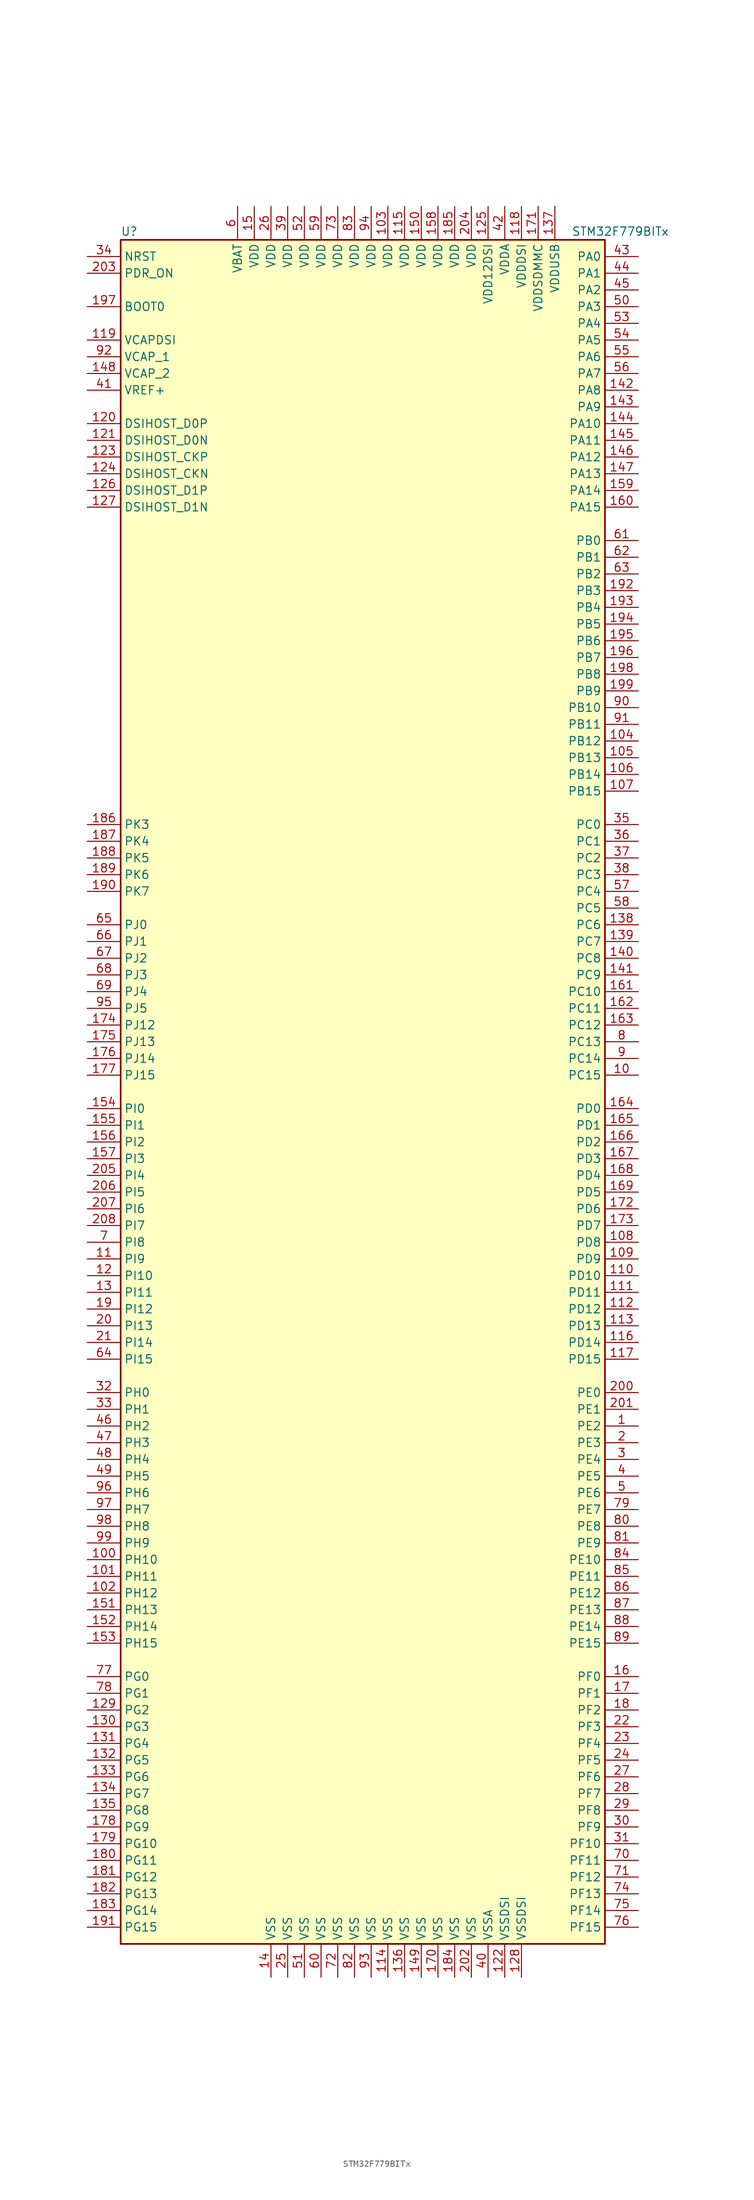
<source format=kicad_sym>
(kicad_symbol_lib
  (version 20201005)
  (generator kicad_symbol_editor)
  (symbol "STM32F779BITx"
    (property "Reference" "U"
      (at -38.1 130.81 0)
      (effects (font (size 1.27 1.27)) (justify left)))
    (property "Value" "STM32F779BITx"
      (at 30.48 130.81 0)
      (effects (font (size 1.27 1.27)) (justify left)))
    (symbol "STM32F779BITx_0_1"
      (rectangle (start -38.1 -129.54) (end 35.56 129.54) (stroke (width 0.254)) (fill (type background))))
    (symbol "STM32F779BITx_1_1"
      (pin input line (at -43.18 119.38 0) (length 5.08) (name "BOOT0" (effects (font (size 1.27 1.27)))) (number "197" (effects (font (size 1.27 1.27)))))
      (pin bidirectional line (at -43.18 93.98 0) (length 5.08) (name "DSIHOST_CKN" (effects (font (size 1.27 1.27)))) (number "124" (effects (font (size 1.27 1.27)))))
      (pin bidirectional line (at -43.18 96.52 0) (length 5.08) (name "DSIHOST_CKP" (effects (font (size 1.27 1.27)))) (number "123" (effects (font (size 1.27 1.27)))))
      (pin bidirectional line (at -43.18 99.06 0) (length 5.08) (name "DSIHOST_D0N" (effects (font (size 1.27 1.27)))) (number "121" (effects (font (size 1.27 1.27)))))
      (pin bidirectional line (at -43.18 101.6 0) (length 5.08) (name "DSIHOST_D0P" (effects (font (size 1.27 1.27)))) (number "120" (effects (font (size 1.27 1.27)))))
      (pin bidirectional line (at -43.18 88.9 0) (length 5.08) (name "DSIHOST_D1N" (effects (font (size 1.27 1.27)))) (number "127" (effects (font (size 1.27 1.27)))))
      (pin bidirectional line (at -43.18 91.44 0) (length 5.08) (name "DSIHOST_D1P" (effects (font (size 1.27 1.27)))) (number "126" (effects (font (size 1.27 1.27)))))
      (pin input line (at -43.18 127 0) (length 5.08) (name "NRST" (effects (font (size 1.27 1.27)))) (number "34" (effects (font (size 1.27 1.27)))))
      (pin bidirectional line (at 40.64 127 180) (length 5.08) (name "PA0" (effects (font (size 1.27 1.27)))) (number "43" (effects (font (size 1.27 1.27)))))
      (pin bidirectional line (at 40.64 124.46 180) (length 5.08) (name "PA1" (effects (font (size 1.27 1.27)))) (number "44" (effects (font (size 1.27 1.27)))))
      (pin bidirectional line (at 40.64 101.6 180) (length 5.08) (name "PA10" (effects (font (size 1.27 1.27)))) (number "144" (effects (font (size 1.27 1.27)))))
      (pin bidirectional line (at 40.64 99.06 180) (length 5.08) (name "PA11" (effects (font (size 1.27 1.27)))) (number "145" (effects (font (size 1.27 1.27)))))
      (pin bidirectional line (at 40.64 96.52 180) (length 5.08) (name "PA12" (effects (font (size 1.27 1.27)))) (number "146" (effects (font (size 1.27 1.27)))))
      (pin bidirectional line (at 40.64 93.98 180) (length 5.08) (name "PA13" (effects (font (size 1.27 1.27)))) (number "147" (effects (font (size 1.27 1.27)))))
      (pin bidirectional line (at 40.64 91.44 180) (length 5.08) (name "PA14" (effects (font (size 1.27 1.27)))) (number "159" (effects (font (size 1.27 1.27)))))
      (pin bidirectional line (at 40.64 88.9 180) (length 5.08) (name "PA15" (effects (font (size 1.27 1.27)))) (number "160" (effects (font (size 1.27 1.27)))))
      (pin bidirectional line (at 40.64 121.92 180) (length 5.08) (name "PA2" (effects (font (size 1.27 1.27)))) (number "45" (effects (font (size 1.27 1.27)))))
      (pin bidirectional line (at 40.64 119.38 180) (length 5.08) (name "PA3" (effects (font (size 1.27 1.27)))) (number "50" (effects (font (size 1.27 1.27)))))
      (pin bidirectional line (at 40.64 116.84 180) (length 5.08) (name "PA4" (effects (font (size 1.27 1.27)))) (number "53" (effects (font (size 1.27 1.27)))))
      (pin bidirectional line (at 40.64 114.3 180) (length 5.08) (name "PA5" (effects (font (size 1.27 1.27)))) (number "54" (effects (font (size 1.27 1.27)))))
      (pin bidirectional line (at 40.64 111.76 180) (length 5.08) (name "PA6" (effects (font (size 1.27 1.27)))) (number "55" (effects (font (size 1.27 1.27)))))
      (pin bidirectional line (at 40.64 109.22 180) (length 5.08) (name "PA7" (effects (font (size 1.27 1.27)))) (number "56" (effects (font (size 1.27 1.27)))))
      (pin bidirectional line (at 40.64 106.68 180) (length 5.08) (name "PA8" (effects (font (size 1.27 1.27)))) (number "142" (effects (font (size 1.27 1.27)))))
      (pin bidirectional line (at 40.64 104.14 180) (length 5.08) (name "PA9" (effects (font (size 1.27 1.27)))) (number "143" (effects (font (size 1.27 1.27)))))
      (pin bidirectional line (at 40.64 83.82 180) (length 5.08) (name "PB0" (effects (font (size 1.27 1.27)))) (number "61" (effects (font (size 1.27 1.27)))))
      (pin bidirectional line (at 40.64 81.28 180) (length 5.08) (name "PB1" (effects (font (size 1.27 1.27)))) (number "62" (effects (font (size 1.27 1.27)))))
      (pin bidirectional line (at 40.64 58.42 180) (length 5.08) (name "PB10" (effects (font (size 1.27 1.27)))) (number "90" (effects (font (size 1.27 1.27)))))
      (pin bidirectional line (at 40.64 55.88 180) (length 5.08) (name "PB11" (effects (font (size 1.27 1.27)))) (number "91" (effects (font (size 1.27 1.27)))))
      (pin bidirectional line (at 40.64 53.34 180) (length 5.08) (name "PB12" (effects (font (size 1.27 1.27)))) (number "104" (effects (font (size 1.27 1.27)))))
      (pin bidirectional line (at 40.64 50.8 180) (length 5.08) (name "PB13" (effects (font (size 1.27 1.27)))) (number "105" (effects (font (size 1.27 1.27)))))
      (pin bidirectional line (at 40.64 48.26 180) (length 5.08) (name "PB14" (effects (font (size 1.27 1.27)))) (number "106" (effects (font (size 1.27 1.27)))))
      (pin bidirectional line (at 40.64 45.72 180) (length 5.08) (name "PB15" (effects (font (size 1.27 1.27)))) (number "107" (effects (font (size 1.27 1.27)))))
      (pin bidirectional line (at 40.64 78.74 180) (length 5.08) (name "PB2" (effects (font (size 1.27 1.27)))) (number "63" (effects (font (size 1.27 1.27)))))
      (pin bidirectional line (at 40.64 76.2 180) (length 5.08) (name "PB3" (effects (font (size 1.27 1.27)))) (number "192" (effects (font (size 1.27 1.27)))))
      (pin bidirectional line (at 40.64 73.66 180) (length 5.08) (name "PB4" (effects (font (size 1.27 1.27)))) (number "193" (effects (font (size 1.27 1.27)))))
      (pin bidirectional line (at 40.64 71.12 180) (length 5.08) (name "PB5" (effects (font (size 1.27 1.27)))) (number "194" (effects (font (size 1.27 1.27)))))
      (pin bidirectional line (at 40.64 68.58 180) (length 5.08) (name "PB6" (effects (font (size 1.27 1.27)))) (number "195" (effects (font (size 1.27 1.27)))))
      (pin bidirectional line (at 40.64 66.04 180) (length 5.08) (name "PB7" (effects (font (size 1.27 1.27)))) (number "196" (effects (font (size 1.27 1.27)))))
      (pin bidirectional line (at 40.64 63.5 180) (length 5.08) (name "PB8" (effects (font (size 1.27 1.27)))) (number "198" (effects (font (size 1.27 1.27)))))
      (pin bidirectional line (at 40.64 60.96 180) (length 5.08) (name "PB9" (effects (font (size 1.27 1.27)))) (number "199" (effects (font (size 1.27 1.27)))))
      (pin bidirectional line (at 40.64 40.64 180) (length 5.08) (name "PC0" (effects (font (size 1.27 1.27)))) (number "35" (effects (font (size 1.27 1.27)))))
      (pin bidirectional line (at 40.64 38.1 180) (length 5.08) (name "PC1" (effects (font (size 1.27 1.27)))) (number "36" (effects (font (size 1.27 1.27)))))
      (pin bidirectional line (at 40.64 15.24 180) (length 5.08) (name "PC10" (effects (font (size 1.27 1.27)))) (number "161" (effects (font (size 1.27 1.27)))))
      (pin bidirectional line (at 40.64 12.7 180) (length 5.08) (name "PC11" (effects (font (size 1.27 1.27)))) (number "162" (effects (font (size 1.27 1.27)))))
      (pin bidirectional line (at 40.64 10.16 180) (length 5.08) (name "PC12" (effects (font (size 1.27 1.27)))) (number "163" (effects (font (size 1.27 1.27)))))
      (pin bidirectional line (at 40.64 7.62 180) (length 5.08) (name "PC13" (effects (font (size 1.27 1.27)))) (number "8" (effects (font (size 1.27 1.27)))))
      (pin bidirectional line (at 40.64 5.08 180) (length 5.08) (name "PC14" (effects (font (size 1.27 1.27)))) (number "9" (effects (font (size 1.27 1.27)))))
      (pin bidirectional line (at 40.64 2.54 180) (length 5.08) (name "PC15" (effects (font (size 1.27 1.27)))) (number "10" (effects (font (size 1.27 1.27)))))
      (pin bidirectional line (at 40.64 35.56 180) (length 5.08) (name "PC2" (effects (font (size 1.27 1.27)))) (number "37" (effects (font (size 1.27 1.27)))))
      (pin bidirectional line (at 40.64 33.02 180) (length 5.08) (name "PC3" (effects (font (size 1.27 1.27)))) (number "38" (effects (font (size 1.27 1.27)))))
      (pin bidirectional line (at 40.64 30.48 180) (length 5.08) (name "PC4" (effects (font (size 1.27 1.27)))) (number "57" (effects (font (size 1.27 1.27)))))
      (pin bidirectional line (at 40.64 27.94 180) (length 5.08) (name "PC5" (effects (font (size 1.27 1.27)))) (number "58" (effects (font (size 1.27 1.27)))))
      (pin bidirectional line (at 40.64 25.4 180) (length 5.08) (name "PC6" (effects (font (size 1.27 1.27)))) (number "138" (effects (font (size 1.27 1.27)))))
      (pin bidirectional line (at 40.64 22.86 180) (length 5.08) (name "PC7" (effects (font (size 1.27 1.27)))) (number "139" (effects (font (size 1.27 1.27)))))
      (pin bidirectional line (at 40.64 20.32 180) (length 5.08) (name "PC8" (effects (font (size 1.27 1.27)))) (number "140" (effects (font (size 1.27 1.27)))))
      (pin bidirectional line (at 40.64 17.78 180) (length 5.08) (name "PC9" (effects (font (size 1.27 1.27)))) (number "141" (effects (font (size 1.27 1.27)))))
      (pin bidirectional line (at 40.64 -2.54 180) (length 5.08) (name "PD0" (effects (font (size 1.27 1.27)))) (number "164" (effects (font (size 1.27 1.27)))))
      (pin bidirectional line (at 40.64 -5.08 180) (length 5.08) (name "PD1" (effects (font (size 1.27 1.27)))) (number "165" (effects (font (size 1.27 1.27)))))
      (pin bidirectional line (at 40.64 -27.94 180) (length 5.08) (name "PD10" (effects (font (size 1.27 1.27)))) (number "110" (effects (font (size 1.27 1.27)))))
      (pin bidirectional line (at 40.64 -30.48 180) (length 5.08) (name "PD11" (effects (font (size 1.27 1.27)))) (number "111" (effects (font (size 1.27 1.27)))))
      (pin bidirectional line (at 40.64 -33.02 180) (length 5.08) (name "PD12" (effects (font (size 1.27 1.27)))) (number "112" (effects (font (size 1.27 1.27)))))
      (pin bidirectional line (at 40.64 -35.56 180) (length 5.08) (name "PD13" (effects (font (size 1.27 1.27)))) (number "113" (effects (font (size 1.27 1.27)))))
      (pin bidirectional line (at 40.64 -38.1 180) (length 5.08) (name "PD14" (effects (font (size 1.27 1.27)))) (number "116" (effects (font (size 1.27 1.27)))))
      (pin bidirectional line (at 40.64 -40.64 180) (length 5.08) (name "PD15" (effects (font (size 1.27 1.27)))) (number "117" (effects (font (size 1.27 1.27)))))
      (pin bidirectional line (at 40.64 -7.62 180) (length 5.08) (name "PD2" (effects (font (size 1.27 1.27)))) (number "166" (effects (font (size 1.27 1.27)))))
      (pin bidirectional line (at 40.64 -10.16 180) (length 5.08) (name "PD3" (effects (font (size 1.27 1.27)))) (number "167" (effects (font (size 1.27 1.27)))))
      (pin bidirectional line (at 40.64 -12.7 180) (length 5.08) (name "PD4" (effects (font (size 1.27 1.27)))) (number "168" (effects (font (size 1.27 1.27)))))
      (pin bidirectional line (at 40.64 -15.24 180) (length 5.08) (name "PD5" (effects (font (size 1.27 1.27)))) (number "169" (effects (font (size 1.27 1.27)))))
      (pin bidirectional line (at 40.64 -17.78 180) (length 5.08) (name "PD6" (effects (font (size 1.27 1.27)))) (number "172" (effects (font (size 1.27 1.27)))))
      (pin bidirectional line (at 40.64 -20.32 180) (length 5.08) (name "PD7" (effects (font (size 1.27 1.27)))) (number "173" (effects (font (size 1.27 1.27)))))
      (pin bidirectional line (at 40.64 -22.86 180) (length 5.08) (name "PD8" (effects (font (size 1.27 1.27)))) (number "108" (effects (font (size 1.27 1.27)))))
      (pin bidirectional line (at 40.64 -25.4 180) (length 5.08) (name "PD9" (effects (font (size 1.27 1.27)))) (number "109" (effects (font (size 1.27 1.27)))))
      (pin input line (at -43.18 124.46 0) (length 5.08) (name "PDR_ON" (effects (font (size 1.27 1.27)))) (number "203" (effects (font (size 1.27 1.27)))))
      (pin bidirectional line (at 40.64 -45.72 180) (length 5.08) (name "PE0" (effects (font (size 1.27 1.27)))) (number "200" (effects (font (size 1.27 1.27)))))
      (pin bidirectional line (at 40.64 -48.26 180) (length 5.08) (name "PE1" (effects (font (size 1.27 1.27)))) (number "201" (effects (font (size 1.27 1.27)))))
      (pin bidirectional line (at 40.64 -71.12 180) (length 5.08) (name "PE10" (effects (font (size 1.27 1.27)))) (number "84" (effects (font (size 1.27 1.27)))))
      (pin bidirectional line (at 40.64 -73.66 180) (length 5.08) (name "PE11" (effects (font (size 1.27 1.27)))) (number "85" (effects (font (size 1.27 1.27)))))
      (pin bidirectional line (at 40.64 -76.2 180) (length 5.08) (name "PE12" (effects (font (size 1.27 1.27)))) (number "86" (effects (font (size 1.27 1.27)))))
      (pin bidirectional line (at 40.64 -78.74 180) (length 5.08) (name "PE13" (effects (font (size 1.27 1.27)))) (number "87" (effects (font (size 1.27 1.27)))))
      (pin bidirectional line (at 40.64 -81.28 180) (length 5.08) (name "PE14" (effects (font (size 1.27 1.27)))) (number "88" (effects (font (size 1.27 1.27)))))
      (pin bidirectional line (at 40.64 -83.82 180) (length 5.08) (name "PE15" (effects (font (size 1.27 1.27)))) (number "89" (effects (font (size 1.27 1.27)))))
      (pin bidirectional line (at 40.64 -50.8 180) (length 5.08) (name "PE2" (effects (font (size 1.27 1.27)))) (number "1" (effects (font (size 1.27 1.27)))))
      (pin bidirectional line (at 40.64 -53.34 180) (length 5.08) (name "PE3" (effects (font (size 1.27 1.27)))) (number "2" (effects (font (size 1.27 1.27)))))
      (pin bidirectional line (at 40.64 -55.88 180) (length 5.08) (name "PE4" (effects (font (size 1.27 1.27)))) (number "3" (effects (font (size 1.27 1.27)))))
      (pin bidirectional line (at 40.64 -58.42 180) (length 5.08) (name "PE5" (effects (font (size 1.27 1.27)))) (number "4" (effects (font (size 1.27 1.27)))))
      (pin bidirectional line (at 40.64 -60.96 180) (length 5.08) (name "PE6" (effects (font (size 1.27 1.27)))) (number "5" (effects (font (size 1.27 1.27)))))
      (pin bidirectional line (at 40.64 -63.5 180) (length 5.08) (name "PE7" (effects (font (size 1.27 1.27)))) (number "79" (effects (font (size 1.27 1.27)))))
      (pin bidirectional line (at 40.64 -66.04 180) (length 5.08) (name "PE8" (effects (font (size 1.27 1.27)))) (number "80" (effects (font (size 1.27 1.27)))))
      (pin bidirectional line (at 40.64 -68.58 180) (length 5.08) (name "PE9" (effects (font (size 1.27 1.27)))) (number "81" (effects (font (size 1.27 1.27)))))
      (pin bidirectional line (at 40.64 -88.9 180) (length 5.08) (name "PF0" (effects (font (size 1.27 1.27)))) (number "16" (effects (font (size 1.27 1.27)))))
      (pin bidirectional line (at 40.64 -91.44 180) (length 5.08) (name "PF1" (effects (font (size 1.27 1.27)))) (number "17" (effects (font (size 1.27 1.27)))))
      (pin bidirectional line (at 40.64 -114.3 180) (length 5.08) (name "PF10" (effects (font (size 1.27 1.27)))) (number "31" (effects (font (size 1.27 1.27)))))
      (pin bidirectional line (at 40.64 -116.84 180) (length 5.08) (name "PF11" (effects (font (size 1.27 1.27)))) (number "70" (effects (font (size 1.27 1.27)))))
      (pin bidirectional line (at 40.64 -119.38 180) (length 5.08) (name "PF12" (effects (font (size 1.27 1.27)))) (number "71" (effects (font (size 1.27 1.27)))))
      (pin bidirectional line (at 40.64 -121.92 180) (length 5.08) (name "PF13" (effects (font (size 1.27 1.27)))) (number "74" (effects (font (size 1.27 1.27)))))
      (pin bidirectional line (at 40.64 -124.46 180) (length 5.08) (name "PF14" (effects (font (size 1.27 1.27)))) (number "75" (effects (font (size 1.27 1.27)))))
      (pin bidirectional line (at 40.64 -127 180) (length 5.08) (name "PF15" (effects (font (size 1.27 1.27)))) (number "76" (effects (font (size 1.27 1.27)))))
      (pin bidirectional line (at 40.64 -93.98 180) (length 5.08) (name "PF2" (effects (font (size 1.27 1.27)))) (number "18" (effects (font (size 1.27 1.27)))))
      (pin bidirectional line (at 40.64 -96.52 180) (length 5.08) (name "PF3" (effects (font (size 1.27 1.27)))) (number "22" (effects (font (size 1.27 1.27)))))
      (pin bidirectional line (at 40.64 -99.06 180) (length 5.08) (name "PF4" (effects (font (size 1.27 1.27)))) (number "23" (effects (font (size 1.27 1.27)))))
      (pin bidirectional line (at 40.64 -101.6 180) (length 5.08) (name "PF5" (effects (font (size 1.27 1.27)))) (number "24" (effects (font (size 1.27 1.27)))))
      (pin bidirectional line (at 40.64 -104.14 180) (length 5.08) (name "PF6" (effects (font (size 1.27 1.27)))) (number "27" (effects (font (size 1.27 1.27)))))
      (pin bidirectional line (at 40.64 -106.68 180) (length 5.08) (name "PF7" (effects (font (size 1.27 1.27)))) (number "28" (effects (font (size 1.27 1.27)))))
      (pin bidirectional line (at 40.64 -109.22 180) (length 5.08) (name "PF8" (effects (font (size 1.27 1.27)))) (number "29" (effects (font (size 1.27 1.27)))))
      (pin bidirectional line (at 40.64 -111.76 180) (length 5.08) (name "PF9" (effects (font (size 1.27 1.27)))) (number "30" (effects (font (size 1.27 1.27)))))
      (pin bidirectional line (at -43.18 -88.9 0) (length 5.08) (name "PG0" (effects (font (size 1.27 1.27)))) (number "77" (effects (font (size 1.27 1.27)))))
      (pin bidirectional line (at -43.18 -91.44 0) (length 5.08) (name "PG1" (effects (font (size 1.27 1.27)))) (number "78" (effects (font (size 1.27 1.27)))))
      (pin bidirectional line (at -43.18 -114.3 0) (length 5.08) (name "PG10" (effects (font (size 1.27 1.27)))) (number "179" (effects (font (size 1.27 1.27)))))
      (pin bidirectional line (at -43.18 -116.84 0) (length 5.08) (name "PG11" (effects (font (size 1.27 1.27)))) (number "180" (effects (font (size 1.27 1.27)))))
      (pin bidirectional line (at -43.18 -119.38 0) (length 5.08) (name "PG12" (effects (font (size 1.27 1.27)))) (number "181" (effects (font (size 1.27 1.27)))))
      (pin bidirectional line (at -43.18 -121.92 0) (length 5.08) (name "PG13" (effects (font (size 1.27 1.27)))) (number "182" (effects (font (size 1.27 1.27)))))
      (pin bidirectional line (at -43.18 -124.46 0) (length 5.08) (name "PG14" (effects (font (size 1.27 1.27)))) (number "183" (effects (font (size 1.27 1.27)))))
      (pin bidirectional line (at -43.18 -127 0) (length 5.08) (name "PG15" (effects (font (size 1.27 1.27)))) (number "191" (effects (font (size 1.27 1.27)))))
      (pin bidirectional line (at -43.18 -93.98 0) (length 5.08) (name "PG2" (effects (font (size 1.27 1.27)))) (number "129" (effects (font (size 1.27 1.27)))))
      (pin bidirectional line (at -43.18 -96.52 0) (length 5.08) (name "PG3" (effects (font (size 1.27 1.27)))) (number "130" (effects (font (size 1.27 1.27)))))
      (pin bidirectional line (at -43.18 -99.06 0) (length 5.08) (name "PG4" (effects (font (size 1.27 1.27)))) (number "131" (effects (font (size 1.27 1.27)))))
      (pin bidirectional line (at -43.18 -101.6 0) (length 5.08) (name "PG5" (effects (font (size 1.27 1.27)))) (number "132" (effects (font (size 1.27 1.27)))))
      (pin bidirectional line (at -43.18 -104.14 0) (length 5.08) (name "PG6" (effects (font (size 1.27 1.27)))) (number "133" (effects (font (size 1.27 1.27)))))
      (pin bidirectional line (at -43.18 -106.68 0) (length 5.08) (name "PG7" (effects (font (size 1.27 1.27)))) (number "134" (effects (font (size 1.27 1.27)))))
      (pin bidirectional line (at -43.18 -109.22 0) (length 5.08) (name "PG8" (effects (font (size 1.27 1.27)))) (number "135" (effects (font (size 1.27 1.27)))))
      (pin bidirectional line (at -43.18 -111.76 0) (length 5.08) (name "PG9" (effects (font (size 1.27 1.27)))) (number "178" (effects (font (size 1.27 1.27)))))
      (pin input line (at -43.18 -45.72 0) (length 5.08) (name "PH0" (effects (font (size 1.27 1.27)))) (number "32" (effects (font (size 1.27 1.27)))))
      (pin input line (at -43.18 -48.26 0) (length 5.08) (name "PH1" (effects (font (size 1.27 1.27)))) (number "33" (effects (font (size 1.27 1.27)))))
      (pin bidirectional line (at -43.18 -71.12 0) (length 5.08) (name "PH10" (effects (font (size 1.27 1.27)))) (number "100" (effects (font (size 1.27 1.27)))))
      (pin bidirectional line (at -43.18 -73.66 0) (length 5.08) (name "PH11" (effects (font (size 1.27 1.27)))) (number "101" (effects (font (size 1.27 1.27)))))
      (pin bidirectional line (at -43.18 -76.2 0) (length 5.08) (name "PH12" (effects (font (size 1.27 1.27)))) (number "102" (effects (font (size 1.27 1.27)))))
      (pin bidirectional line (at -43.18 -78.74 0) (length 5.08) (name "PH13" (effects (font (size 1.27 1.27)))) (number "151" (effects (font (size 1.27 1.27)))))
      (pin bidirectional line (at -43.18 -81.28 0) (length 5.08) (name "PH14" (effects (font (size 1.27 1.27)))) (number "152" (effects (font (size 1.27 1.27)))))
      (pin bidirectional line (at -43.18 -83.82 0) (length 5.08) (name "PH15" (effects (font (size 1.27 1.27)))) (number "153" (effects (font (size 1.27 1.27)))))
      (pin bidirectional line (at -43.18 -50.8 0) (length 5.08) (name "PH2" (effects (font (size 1.27 1.27)))) (number "46" (effects (font (size 1.27 1.27)))))
      (pin bidirectional line (at -43.18 -53.34 0) (length 5.08) (name "PH3" (effects (font (size 1.27 1.27)))) (number "47" (effects (font (size 1.27 1.27)))))
      (pin bidirectional line (at -43.18 -55.88 0) (length 5.08) (name "PH4" (effects (font (size 1.27 1.27)))) (number "48" (effects (font (size 1.27 1.27)))))
      (pin bidirectional line (at -43.18 -58.42 0) (length 5.08) (name "PH5" (effects (font (size 1.27 1.27)))) (number "49" (effects (font (size 1.27 1.27)))))
      (pin bidirectional line (at -43.18 -60.96 0) (length 5.08) (name "PH6" (effects (font (size 1.27 1.27)))) (number "96" (effects (font (size 1.27 1.27)))))
      (pin bidirectional line (at -43.18 -63.5 0) (length 5.08) (name "PH7" (effects (font (size 1.27 1.27)))) (number "97" (effects (font (size 1.27 1.27)))))
      (pin bidirectional line (at -43.18 -66.04 0) (length 5.08) (name "PH8" (effects (font (size 1.27 1.27)))) (number "98" (effects (font (size 1.27 1.27)))))
      (pin bidirectional line (at -43.18 -68.58 0) (length 5.08) (name "PH9" (effects (font (size 1.27 1.27)))) (number "99" (effects (font (size 1.27 1.27)))))
      (pin bidirectional line (at -43.18 -2.54 0) (length 5.08) (name "PI0" (effects (font (size 1.27 1.27)))) (number "154" (effects (font (size 1.27 1.27)))))
      (pin bidirectional line (at -43.18 -5.08 0) (length 5.08) (name "PI1" (effects (font (size 1.27 1.27)))) (number "155" (effects (font (size 1.27 1.27)))))
      (pin bidirectional line (at -43.18 -27.94 0) (length 5.08) (name "PI10" (effects (font (size 1.27 1.27)))) (number "12" (effects (font (size 1.27 1.27)))))
      (pin bidirectional line (at -43.18 -30.48 0) (length 5.08) (name "PI11" (effects (font (size 1.27 1.27)))) (number "13" (effects (font (size 1.27 1.27)))))
      (pin bidirectional line (at -43.18 -33.02 0) (length 5.08) (name "PI12" (effects (font (size 1.27 1.27)))) (number "19" (effects (font (size 1.27 1.27)))))
      (pin bidirectional line (at -43.18 -35.56 0) (length 5.08) (name "PI13" (effects (font (size 1.27 1.27)))) (number "20" (effects (font (size 1.27 1.27)))))
      (pin bidirectional line (at -43.18 -38.1 0) (length 5.08) (name "PI14" (effects (font (size 1.27 1.27)))) (number "21" (effects (font (size 1.27 1.27)))))
      (pin bidirectional line (at -43.18 -40.64 0) (length 5.08) (name "PI15" (effects (font (size 1.27 1.27)))) (number "64" (effects (font (size 1.27 1.27)))))
      (pin bidirectional line (at -43.18 -7.62 0) (length 5.08) (name "PI2" (effects (font (size 1.27 1.27)))) (number "156" (effects (font (size 1.27 1.27)))))
      (pin bidirectional line (at -43.18 -10.16 0) (length 5.08) (name "PI3" (effects (font (size 1.27 1.27)))) (number "157" (effects (font (size 1.27 1.27)))))
      (pin bidirectional line (at -43.18 -12.7 0) (length 5.08) (name "PI4" (effects (font (size 1.27 1.27)))) (number "205" (effects (font (size 1.27 1.27)))))
      (pin bidirectional line (at -43.18 -15.24 0) (length 5.08) (name "PI5" (effects (font (size 1.27 1.27)))) (number "206" (effects (font (size 1.27 1.27)))))
      (pin bidirectional line (at -43.18 -17.78 0) (length 5.08) (name "PI6" (effects (font (size 1.27 1.27)))) (number "207" (effects (font (size 1.27 1.27)))))
      (pin bidirectional line (at -43.18 -20.32 0) (length 5.08) (name "PI7" (effects (font (size 1.27 1.27)))) (number "208" (effects (font (size 1.27 1.27)))))
      (pin bidirectional line (at -43.18 -22.86 0) (length 5.08) (name "PI8" (effects (font (size 1.27 1.27)))) (number "7" (effects (font (size 1.27 1.27)))))
      (pin bidirectional line (at -43.18 -25.4 0) (length 5.08) (name "PI9" (effects (font (size 1.27 1.27)))) (number "11" (effects (font (size 1.27 1.27)))))
      (pin bidirectional line (at -43.18 25.4 0) (length 5.08) (name "PJ0" (effects (font (size 1.27 1.27)))) (number "65" (effects (font (size 1.27 1.27)))))
      (pin bidirectional line (at -43.18 22.86 0) (length 5.08) (name "PJ1" (effects (font (size 1.27 1.27)))) (number "66" (effects (font (size 1.27 1.27)))))
      (pin bidirectional line (at -43.18 10.16 0) (length 5.08) (name "PJ12" (effects (font (size 1.27 1.27)))) (number "174" (effects (font (size 1.27 1.27)))))
      (pin bidirectional line (at -43.18 7.62 0) (length 5.08) (name "PJ13" (effects (font (size 1.27 1.27)))) (number "175" (effects (font (size 1.27 1.27)))))
      (pin bidirectional line (at -43.18 5.08 0) (length 5.08) (name "PJ14" (effects (font (size 1.27 1.27)))) (number "176" (effects (font (size 1.27 1.27)))))
      (pin bidirectional line (at -43.18 2.54 0) (length 5.08) (name "PJ15" (effects (font (size 1.27 1.27)))) (number "177" (effects (font (size 1.27 1.27)))))
      (pin bidirectional line (at -43.18 20.32 0) (length 5.08) (name "PJ2" (effects (font (size 1.27 1.27)))) (number "67" (effects (font (size 1.27 1.27)))))
      (pin bidirectional line (at -43.18 17.78 0) (length 5.08) (name "PJ3" (effects (font (size 1.27 1.27)))) (number "68" (effects (font (size 1.27 1.27)))))
      (pin bidirectional line (at -43.18 15.24 0) (length 5.08) (name "PJ4" (effects (font (size 1.27 1.27)))) (number "69" (effects (font (size 1.27 1.27)))))
      (pin bidirectional line (at -43.18 12.7 0) (length 5.08) (name "PJ5" (effects (font (size 1.27 1.27)))) (number "95" (effects (font (size 1.27 1.27)))))
      (pin bidirectional line (at -43.18 40.64 0) (length 5.08) (name "PK3" (effects (font (size 1.27 1.27)))) (number "186" (effects (font (size 1.27 1.27)))))
      (pin bidirectional line (at -43.18 38.1 0) (length 5.08) (name "PK4" (effects (font (size 1.27 1.27)))) (number "187" (effects (font (size 1.27 1.27)))))
      (pin bidirectional line (at -43.18 35.56 0) (length 5.08) (name "PK5" (effects (font (size 1.27 1.27)))) (number "188" (effects (font (size 1.27 1.27)))))
      (pin bidirectional line (at -43.18 33.02 0) (length 5.08) (name "PK6" (effects (font (size 1.27 1.27)))) (number "189" (effects (font (size 1.27 1.27)))))
      (pin bidirectional line (at -43.18 30.48 0) (length 5.08) (name "PK7" (effects (font (size 1.27 1.27)))) (number "190" (effects (font (size 1.27 1.27)))))
      (pin power_in line (at -20.32 134.62 270) (length 5.08) (name "VBAT" (effects (font (size 1.27 1.27)))) (number "6" (effects (font (size 1.27 1.27)))))
      (pin power_in line (at -43.18 114.3 0) (length 5.08) (name "VCAPDSI" (effects (font (size 1.27 1.27)))) (number "119" (effects (font (size 1.27 1.27)))))
      (pin power_in line (at -43.18 111.76 0) (length 5.08) (name "VCAP_1" (effects (font (size 1.27 1.27)))) (number "92" (effects (font (size 1.27 1.27)))))
      (pin power_in line (at -43.18 109.22 0) (length 5.08) (name "VCAP_2" (effects (font (size 1.27 1.27)))) (number "148" (effects (font (size 1.27 1.27)))))
      (pin power_in line (at 2.54 134.62 270) (length 5.08) (name "VDD" (effects (font (size 1.27 1.27)))) (number "103" (effects (font (size 1.27 1.27)))))
      (pin power_in line (at 5.08 134.62 270) (length 5.08) (name "VDD" (effects (font (size 1.27 1.27)))) (number "115" (effects (font (size 1.27 1.27)))))
      (pin power_in line (at -17.78 134.62 270) (length 5.08) (name "VDD" (effects (font (size 1.27 1.27)))) (number "15" (effects (font (size 1.27 1.27)))))
      (pin power_in line (at 7.62 134.62 270) (length 5.08) (name "VDD" (effects (font (size 1.27 1.27)))) (number "150" (effects (font (size 1.27 1.27)))))
      (pin power_in line (at 10.16 134.62 270) (length 5.08) (name "VDD" (effects (font (size 1.27 1.27)))) (number "158" (effects (font (size 1.27 1.27)))))
      (pin power_in line (at 12.7 134.62 270) (length 5.08) (name "VDD" (effects (font (size 1.27 1.27)))) (number "185" (effects (font (size 1.27 1.27)))))
      (pin power_in line (at 15.24 134.62 270) (length 5.08) (name "VDD" (effects (font (size 1.27 1.27)))) (number "204" (effects (font (size 1.27 1.27)))))
      (pin power_in line (at -15.24 134.62 270) (length 5.08) (name "VDD" (effects (font (size 1.27 1.27)))) (number "26" (effects (font (size 1.27 1.27)))))
      (pin power_in line (at -12.7 134.62 270) (length 5.08) (name "VDD" (effects (font (size 1.27 1.27)))) (number "39" (effects (font (size 1.27 1.27)))))
      (pin power_in line (at -10.16 134.62 270) (length 5.08) (name "VDD" (effects (font (size 1.27 1.27)))) (number "52" (effects (font (size 1.27 1.27)))))
      (pin power_in line (at -7.62 134.62 270) (length 5.08) (name "VDD" (effects (font (size 1.27 1.27)))) (number "59" (effects (font (size 1.27 1.27)))))
      (pin power_in line (at -5.08 134.62 270) (length 5.08) (name "VDD" (effects (font (size 1.27 1.27)))) (number "73" (effects (font (size 1.27 1.27)))))
      (pin power_in line (at -2.54 134.62 270) (length 5.08) (name "VDD" (effects (font (size 1.27 1.27)))) (number "83" (effects (font (size 1.27 1.27)))))
      (pin power_in line (at 0 134.62 270) (length 5.08) (name "VDD" (effects (font (size 1.27 1.27)))) (number "94" (effects (font (size 1.27 1.27)))))
      (pin power_in line (at 17.78 134.62 270) (length 5.08) (name "VDD12DSI" (effects (font (size 1.27 1.27)))) (number "125" (effects (font (size 1.27 1.27)))))
      (pin power_in line (at 20.32 134.62 270) (length 5.08) (name "VDDA" (effects (font (size 1.27 1.27)))) (number "42" (effects (font (size 1.27 1.27)))))
      (pin power_in line (at 22.86 134.62 270) (length 5.08) (name "VDDDSI" (effects (font (size 1.27 1.27)))) (number "118" (effects (font (size 1.27 1.27)))))
      (pin power_in line (at 25.4 134.62 270) (length 5.08) (name "VDDSDMMC" (effects (font (size 1.27 1.27)))) (number "171" (effects (font (size 1.27 1.27)))))
      (pin power_in line (at 27.94 134.62 270) (length 5.08) (name "VDDUSB" (effects (font (size 1.27 1.27)))) (number "137" (effects (font (size 1.27 1.27)))))
      (pin power_in line (at -43.18 106.68 0) (length 5.08) (name "VREF+" (effects (font (size 1.27 1.27)))) (number "41" (effects (font (size 1.27 1.27)))))
      (pin power_in line (at 2.54 -134.62 90) (length 5.08) (name "VSS" (effects (font (size 1.27 1.27)))) (number "114" (effects (font (size 1.27 1.27)))))
      (pin power_in line (at 5.08 -134.62 90) (length 5.08) (name "VSS" (effects (font (size 1.27 1.27)))) (number "136" (effects (font (size 1.27 1.27)))))
      (pin power_in line (at -15.24 -134.62 90) (length 5.08) (name "VSS" (effects (font (size 1.27 1.27)))) (number "14" (effects (font (size 1.27 1.27)))))
      (pin power_in line (at 7.62 -134.62 90) (length 5.08) (name "VSS" (effects (font (size 1.27 1.27)))) (number "149" (effects (font (size 1.27 1.27)))))
      (pin power_in line (at 10.16 -134.62 90) (length 5.08) (name "VSS" (effects (font (size 1.27 1.27)))) (number "170" (effects (font (size 1.27 1.27)))))
      (pin power_in line (at 12.7 -134.62 90) (length 5.08) (name "VSS" (effects (font (size 1.27 1.27)))) (number "184" (effects (font (size 1.27 1.27)))))
      (pin power_in line (at 15.24 -134.62 90) (length 5.08) (name "VSS" (effects (font (size 1.27 1.27)))) (number "202" (effects (font (size 1.27 1.27)))))
      (pin power_in line (at -12.7 -134.62 90) (length 5.08) (name "VSS" (effects (font (size 1.27 1.27)))) (number "25" (effects (font (size 1.27 1.27)))))
      (pin power_in line (at -10.16 -134.62 90) (length 5.08) (name "VSS" (effects (font (size 1.27 1.27)))) (number "51" (effects (font (size 1.27 1.27)))))
      (pin power_in line (at -7.62 -134.62 90) (length 5.08) (name "VSS" (effects (font (size 1.27 1.27)))) (number "60" (effects (font (size 1.27 1.27)))))
      (pin power_in line (at -5.08 -134.62 90) (length 5.08) (name "VSS" (effects (font (size 1.27 1.27)))) (number "72" (effects (font (size 1.27 1.27)))))
      (pin power_in line (at -2.54 -134.62 90) (length 5.08) (name "VSS" (effects (font (size 1.27 1.27)))) (number "82" (effects (font (size 1.27 1.27)))))
      (pin power_in line (at 0 -134.62 90) (length 5.08) (name "VSS" (effects (font (size 1.27 1.27)))) (number "93" (effects (font (size 1.27 1.27)))))
      (pin power_in line (at 17.78 -134.62 90) (length 5.08) (name "VSSA" (effects (font (size 1.27 1.27)))) (number "40" (effects (font (size 1.27 1.27)))))
      (pin power_in line (at 20.32 -134.62 90) (length 5.08) (name "VSSDSI" (effects (font (size 1.27 1.27)))) (number "122" (effects (font (size 1.27 1.27)))))
      (pin power_in line (at 22.86 -134.62 90) (length 5.08) (name "VSSDSI" (effects (font (size 1.27 1.27)))) (number "128" (effects (font (size 1.27 1.27))))))))
</source>
